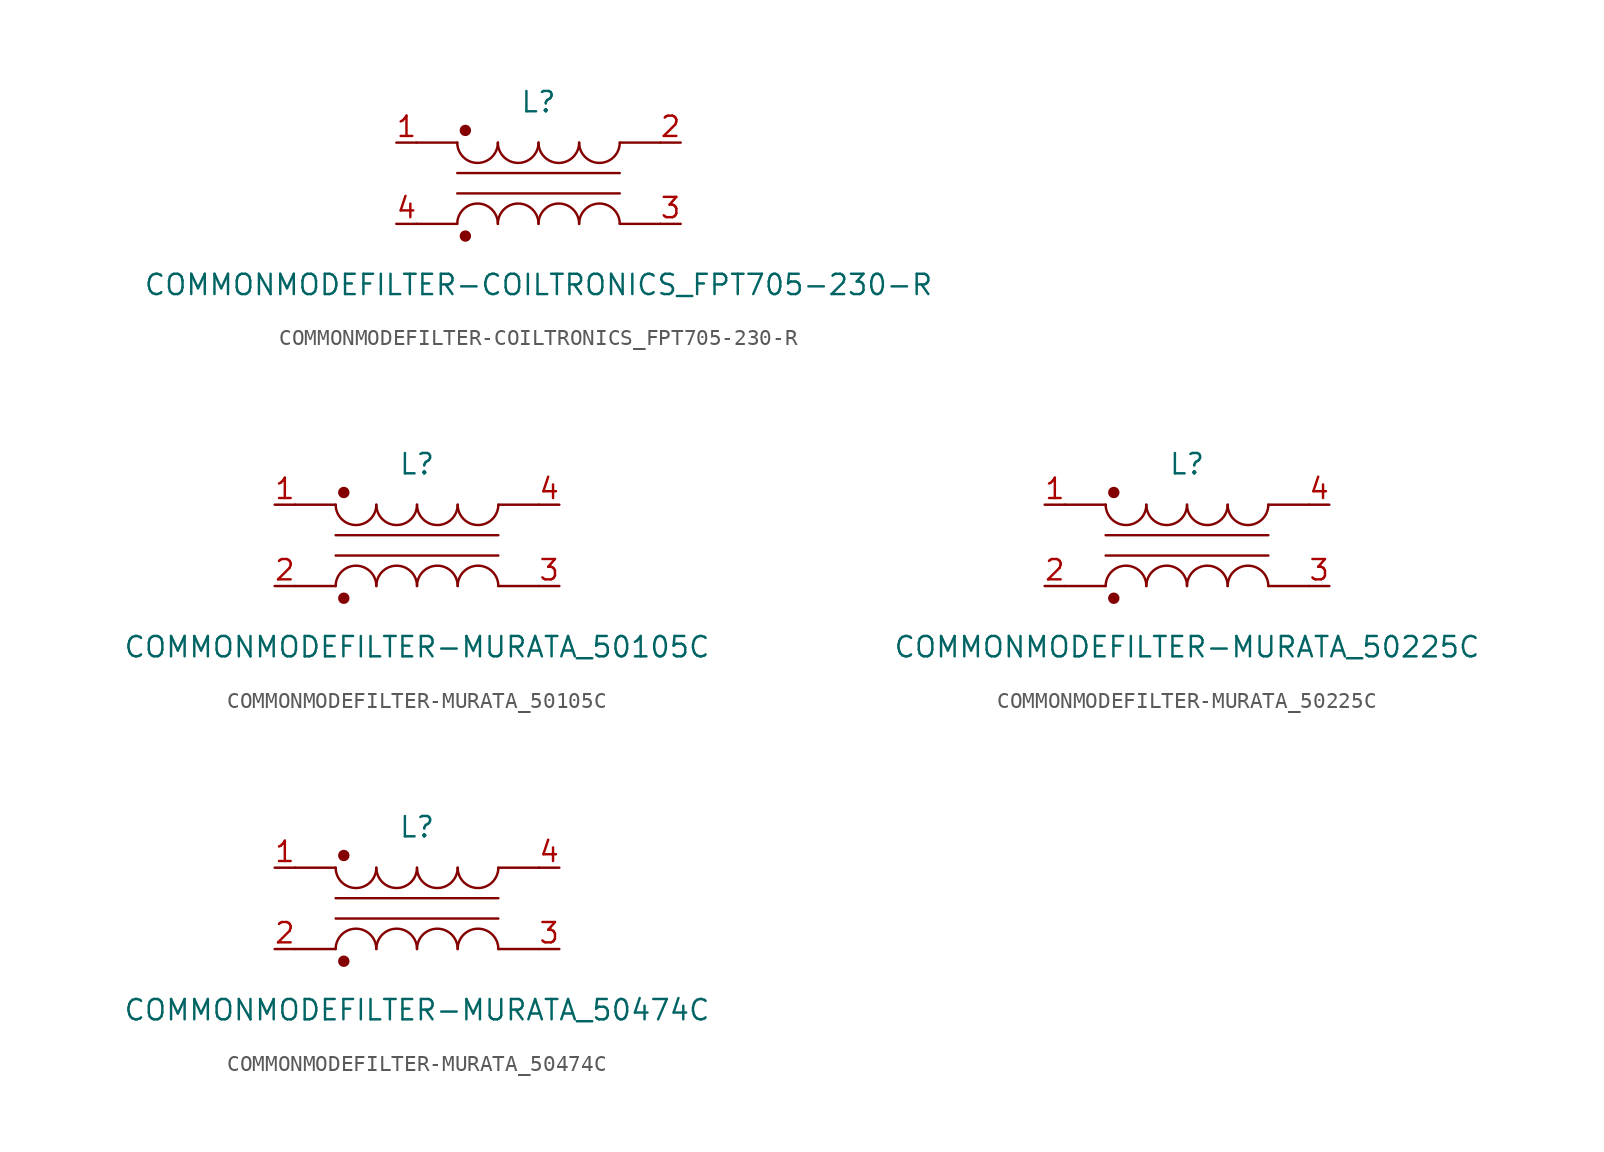
<source format=kicad_sym>
(kicad_symbol_lib
  (version 20201005)
  (generator kicad_symbol_editor)
  (symbol "COMMONMODEFILTER-COILTRONICS_FPT705-230-R"
    (pin_names
      (offset 1.016) hide)
    (property "Reference" "L"
      (at 0 5.08 0)
      (effects (font (size 1.27 1.27))))
    (property "Value" "COMMONMODEFILTER-COILTRONICS_FPT705-230-R"
      (at 0 -6.35 0)
      (effects (font (size 1.27 1.27))))
    (symbol "COMMONMODEFILTER-COILTRONICS_FPT705-230-R_0_0"
      (arc (start -2.54 -2.54) (end -5.08 -2.54) (radius (at -3.81 -2.54) (length 1.27) (angles 0.1 179.9)) (stroke (width 0)) (fill (type none)))
      (arc (start -5.08 2.54) (end -2.54 2.54) (radius (at -3.81 2.54) (length 1.27) (angles -179.9 -0.1)) (stroke (width 0)) (fill (type none)))
      (arc (start 0 -2.54) (end -2.54 -2.54) (radius (at -1.27 -2.54) (length 1.27) (angles 0.1 179.9)) (stroke (width 0)) (fill (type none)))
      (arc (start -2.54 2.54) (end 0 2.54) (radius (at -1.27 2.54) (length 1.27) (angles -179.9 -0.1)) (stroke (width 0)) (fill (type none)))
      (arc (start 2.54 -2.54) (end 0 -2.54) (radius (at 1.27 -2.54) (length 1.27) (angles 0.1 179.9)) (stroke (width 0)) (fill (type none)))
      (arc (start 0 2.54) (end 2.54 2.54) (radius (at 1.27 2.54) (length 1.27) (angles -179.9 -0.1)) (stroke (width 0)) (fill (type none)))
      (arc (start 5.08 -2.54) (end 2.54 -2.54) (radius (at 3.81 -2.54) (length 1.27) (angles 0.1 179.9)) (stroke (width 0)) (fill (type none)))
      (arc (start 2.54 2.54) (end 5.08 2.54) (radius (at 3.81 2.54) (length 1.27) (angles -179.9 -0.1)) (stroke (width 0)) (fill (type none)))
      (circle (center -4.572 -3.302) (radius 0.279) (stroke (width 0)) (fill (type outline)))
      (circle (center -4.572 3.302) (radius 0.279) (stroke (width 0)) (fill (type outline))))
    (symbol "COMMONMODEFILTER-COILTRONICS_FPT705-230-R_0_1"
      (polyline (pts (xy -7.62 -2.54) (xy -5.08 -2.54)) (stroke (width 0)) (fill (type none)))
      (polyline (pts (xy -7.62 2.54) (xy -5.08 2.54)) (stroke (width 0)) (fill (type none)))
      (polyline (pts (xy -5.08 -0.635) (xy 5.08 -0.635)) (stroke (width 0)) (fill (type none)))
      (polyline (pts (xy 5.08 0.635) (xy -5.08 0.635)) (stroke (width 0)) (fill (type none)))
      (polyline (pts (xy 5.08 2.54) (xy 7.62 2.54)) (stroke (width 0)) (fill (type none)))
      (polyline (pts (xy 7.62 -2.54) (xy 5.08 -2.54)) (stroke (width 0)) (fill (type none))))
    (symbol "COMMONMODEFILTER-COILTRONICS_FPT705-230-R_1_1"
      (pin passive line (at -8.89 2.54 0) (length 1.27) (name "~" (effects (font (size 1.27 1.27)))) (number "1" (effects (font (size 1.27 1.27)))))
      (pin passive line (at 8.89 2.54 180) (length 1.27) (name "~" (effects (font (size 1.27 1.27)))) (number "2" (effects (font (size 1.27 1.27)))))
      (pin passive line (at 8.89 -2.54 180) (length 1.27) (name "~" (effects (font (size 1.27 1.27)))) (number "3" (effects (font (size 1.27 1.27)))))
      (pin passive line (at -8.89 -2.54 0) (length 1.27) (name "~" (effects (font (size 1.27 1.27)))) (number "4" (effects (font (size 1.27 1.27)))))))
  (symbol "COMMONMODEFILTER-MURATA_50105C"
    (pin_names
      (offset 1.016) hide)
    (property "Reference" "L"
      (at 0 5.08 0)
      (effects (font (size 1.27 1.27))))
    (property "Value" "COMMONMODEFILTER-MURATA_50105C"
      (at 0 -6.35 0)
      (effects (font (size 1.27 1.27))))
    (symbol "COMMONMODEFILTER-MURATA_50105C_0_0"
      (arc (start -2.54 -2.54) (end -5.08 -2.54) (radius (at -3.81 -2.54) (length 1.27) (angles 0.1 179.9)) (stroke (width 0)) (fill (type none)))
      (arc (start -5.08 2.54) (end -2.54 2.54) (radius (at -3.81 2.54) (length 1.27) (angles -179.9 -0.1)) (stroke (width 0)) (fill (type none)))
      (arc (start 0 -2.54) (end -2.54 -2.54) (radius (at -1.27 -2.54) (length 1.27) (angles 0.1 179.9)) (stroke (width 0)) (fill (type none)))
      (arc (start -2.54 2.54) (end 0 2.54) (radius (at -1.27 2.54) (length 1.27) (angles -179.9 -0.1)) (stroke (width 0)) (fill (type none)))
      (arc (start 2.54 -2.54) (end 0 -2.54) (radius (at 1.27 -2.54) (length 1.27) (angles 0.1 179.9)) (stroke (width 0)) (fill (type none)))
      (arc (start 0 2.54) (end 2.54 2.54) (radius (at 1.27 2.54) (length 1.27) (angles -179.9 -0.1)) (stroke (width 0)) (fill (type none)))
      (arc (start 5.08 -2.54) (end 2.54 -2.54) (radius (at 3.81 -2.54) (length 1.27) (angles 0.1 179.9)) (stroke (width 0)) (fill (type none)))
      (arc (start 2.54 2.54) (end 5.08 2.54) (radius (at 3.81 2.54) (length 1.27) (angles -179.9 -0.1)) (stroke (width 0)) (fill (type none)))
      (circle (center -4.572 -3.302) (radius 0.279) (stroke (width 0)) (fill (type outline)))
      (circle (center -4.572 3.302) (radius 0.279) (stroke (width 0)) (fill (type outline))))
    (symbol "COMMONMODEFILTER-MURATA_50105C_0_1"
      (polyline (pts (xy -7.62 -2.54) (xy -5.08 -2.54)) (stroke (width 0)) (fill (type none)))
      (polyline (pts (xy -7.62 2.54) (xy -5.08 2.54)) (stroke (width 0)) (fill (type none)))
      (polyline (pts (xy -5.08 -0.635) (xy 5.08 -0.635)) (stroke (width 0)) (fill (type none)))
      (polyline (pts (xy 5.08 0.635) (xy -5.08 0.635)) (stroke (width 0)) (fill (type none)))
      (polyline (pts (xy 5.08 2.54) (xy 7.62 2.54)) (stroke (width 0)) (fill (type none)))
      (polyline (pts (xy 7.62 -2.54) (xy 5.08 -2.54)) (stroke (width 0)) (fill (type none))))
    (symbol "COMMONMODEFILTER-MURATA_50105C_1_1"
      (pin passive line (at -8.89 2.54 0) (length 1.27) (name "~" (effects (font (size 1.27 1.27)))) (number "1" (effects (font (size 1.27 1.27)))))
      (pin passive line (at -8.89 -2.54 0) (length 1.27) (name "~" (effects (font (size 1.27 1.27)))) (number "2" (effects (font (size 1.27 1.27)))))
      (pin passive line (at 8.89 -2.54 180) (length 1.27) (name "~" (effects (font (size 1.27 1.27)))) (number "3" (effects (font (size 1.27 1.27)))))
      (pin passive line (at 8.89 2.54 180) (length 1.27) (name "~" (effects (font (size 1.27 1.27)))) (number "4" (effects (font (size 1.27 1.27)))))))
  (symbol "COMMONMODEFILTER-MURATA_50225C"
    (pin_names
      (offset 1.016) hide)
    (property "Reference" "L"
      (at 0 5.08 0)
      (effects (font (size 1.27 1.27))))
    (property "Value" "COMMONMODEFILTER-MURATA_50225C"
      (at 0 -6.35 0)
      (effects (font (size 1.27 1.27))))
    (symbol "COMMONMODEFILTER-MURATA_50225C_0_0"
      (arc (start -2.54 -2.54) (end -5.08 -2.54) (radius (at -3.81 -2.54) (length 1.27) (angles 0.1 179.9)) (stroke (width 0)) (fill (type none)))
      (arc (start -5.08 2.54) (end -2.54 2.54) (radius (at -3.81 2.54) (length 1.27) (angles -179.9 -0.1)) (stroke (width 0)) (fill (type none)))
      (arc (start 0 -2.54) (end -2.54 -2.54) (radius (at -1.27 -2.54) (length 1.27) (angles 0.1 179.9)) (stroke (width 0)) (fill (type none)))
      (arc (start -2.54 2.54) (end 0 2.54) (radius (at -1.27 2.54) (length 1.27) (angles -179.9 -0.1)) (stroke (width 0)) (fill (type none)))
      (arc (start 2.54 -2.54) (end 0 -2.54) (radius (at 1.27 -2.54) (length 1.27) (angles 0.1 179.9)) (stroke (width 0)) (fill (type none)))
      (arc (start 0 2.54) (end 2.54 2.54) (radius (at 1.27 2.54) (length 1.27) (angles -179.9 -0.1)) (stroke (width 0)) (fill (type none)))
      (arc (start 5.08 -2.54) (end 2.54 -2.54) (radius (at 3.81 -2.54) (length 1.27) (angles 0.1 179.9)) (stroke (width 0)) (fill (type none)))
      (arc (start 2.54 2.54) (end 5.08 2.54) (radius (at 3.81 2.54) (length 1.27) (angles -179.9 -0.1)) (stroke (width 0)) (fill (type none)))
      (circle (center -4.572 -3.302) (radius 0.279) (stroke (width 0)) (fill (type outline)))
      (circle (center -4.572 3.302) (radius 0.279) (stroke (width 0)) (fill (type outline))))
    (symbol "COMMONMODEFILTER-MURATA_50225C_0_1"
      (polyline (pts (xy -7.62 -2.54) (xy -5.08 -2.54)) (stroke (width 0)) (fill (type none)))
      (polyline (pts (xy -7.62 2.54) (xy -5.08 2.54)) (stroke (width 0)) (fill (type none)))
      (polyline (pts (xy -5.08 -0.635) (xy 5.08 -0.635)) (stroke (width 0)) (fill (type none)))
      (polyline (pts (xy 5.08 0.635) (xy -5.08 0.635)) (stroke (width 0)) (fill (type none)))
      (polyline (pts (xy 5.08 2.54) (xy 7.62 2.54)) (stroke (width 0)) (fill (type none)))
      (polyline (pts (xy 7.62 -2.54) (xy 5.08 -2.54)) (stroke (width 0)) (fill (type none))))
    (symbol "COMMONMODEFILTER-MURATA_50225C_1_1"
      (pin passive line (at -8.89 2.54 0) (length 1.27) (name "~" (effects (font (size 1.27 1.27)))) (number "1" (effects (font (size 1.27 1.27)))))
      (pin passive line (at -8.89 -2.54 0) (length 1.27) (name "~" (effects (font (size 1.27 1.27)))) (number "2" (effects (font (size 1.27 1.27)))))
      (pin passive line (at 8.89 -2.54 180) (length 1.27) (name "~" (effects (font (size 1.27 1.27)))) (number "3" (effects (font (size 1.27 1.27)))))
      (pin passive line (at 8.89 2.54 180) (length 1.27) (name "~" (effects (font (size 1.27 1.27)))) (number "4" (effects (font (size 1.27 1.27)))))))
  (symbol "COMMONMODEFILTER-MURATA_50474C"
    (pin_names
      (offset 1.016) hide)
    (property "Reference" "L"
      (at 0 5.08 0)
      (effects (font (size 1.27 1.27))))
    (property "Value" "COMMONMODEFILTER-MURATA_50474C"
      (at 0 -6.35 0)
      (effects (font (size 1.27 1.27))))
    (symbol "COMMONMODEFILTER-MURATA_50474C_0_0"
      (arc (start -2.54 -2.54) (end -5.08 -2.54) (radius (at -3.81 -2.54) (length 1.27) (angles 0.1 179.9)) (stroke (width 0)) (fill (type none)))
      (arc (start -5.08 2.54) (end -2.54 2.54) (radius (at -3.81 2.54) (length 1.27) (angles -179.9 -0.1)) (stroke (width 0)) (fill (type none)))
      (arc (start 0 -2.54) (end -2.54 -2.54) (radius (at -1.27 -2.54) (length 1.27) (angles 0.1 179.9)) (stroke (width 0)) (fill (type none)))
      (arc (start -2.54 2.54) (end 0 2.54) (radius (at -1.27 2.54) (length 1.27) (angles -179.9 -0.1)) (stroke (width 0)) (fill (type none)))
      (arc (start 2.54 -2.54) (end 0 -2.54) (radius (at 1.27 -2.54) (length 1.27) (angles 0.1 179.9)) (stroke (width 0)) (fill (type none)))
      (arc (start 0 2.54) (end 2.54 2.54) (radius (at 1.27 2.54) (length 1.27) (angles -179.9 -0.1)) (stroke (width 0)) (fill (type none)))
      (arc (start 5.08 -2.54) (end 2.54 -2.54) (radius (at 3.81 -2.54) (length 1.27) (angles 0.1 179.9)) (stroke (width 0)) (fill (type none)))
      (arc (start 2.54 2.54) (end 5.08 2.54) (radius (at 3.81 2.54) (length 1.27) (angles -179.9 -0.1)) (stroke (width 0)) (fill (type none)))
      (circle (center -4.572 -3.302) (radius 0.279) (stroke (width 0)) (fill (type outline)))
      (circle (center -4.572 3.302) (radius 0.279) (stroke (width 0)) (fill (type outline))))
    (symbol "COMMONMODEFILTER-MURATA_50474C_0_1"
      (polyline (pts (xy -7.62 -2.54) (xy -5.08 -2.54)) (stroke (width 0)) (fill (type none)))
      (polyline (pts (xy -7.62 2.54) (xy -5.08 2.54)) (stroke (width 0)) (fill (type none)))
      (polyline (pts (xy -5.08 -0.635) (xy 5.08 -0.635)) (stroke (width 0)) (fill (type none)))
      (polyline (pts (xy 5.08 0.635) (xy -5.08 0.635)) (stroke (width 0)) (fill (type none)))
      (polyline (pts (xy 5.08 2.54) (xy 7.62 2.54)) (stroke (width 0)) (fill (type none)))
      (polyline (pts (xy 7.62 -2.54) (xy 5.08 -2.54)) (stroke (width 0)) (fill (type none))))
    (symbol "COMMONMODEFILTER-MURATA_50474C_1_1"
      (pin passive line (at -8.89 2.54 0) (length 1.27) (name "~" (effects (font (size 1.27 1.27)))) (number "1" (effects (font (size 1.27 1.27)))))
      (pin passive line (at -8.89 -2.54 0) (length 1.27) (name "~" (effects (font (size 1.27 1.27)))) (number "2" (effects (font (size 1.27 1.27)))))
      (pin passive line (at 8.89 -2.54 180) (length 1.27) (name "~" (effects (font (size 1.27 1.27)))) (number "3" (effects (font (size 1.27 1.27)))))
      (pin passive line (at 8.89 2.54 180) (length 1.27) (name "~" (effects (font (size 1.27 1.27)))) (number "4" (effects (font (size 1.27 1.27))))))))
</source>
